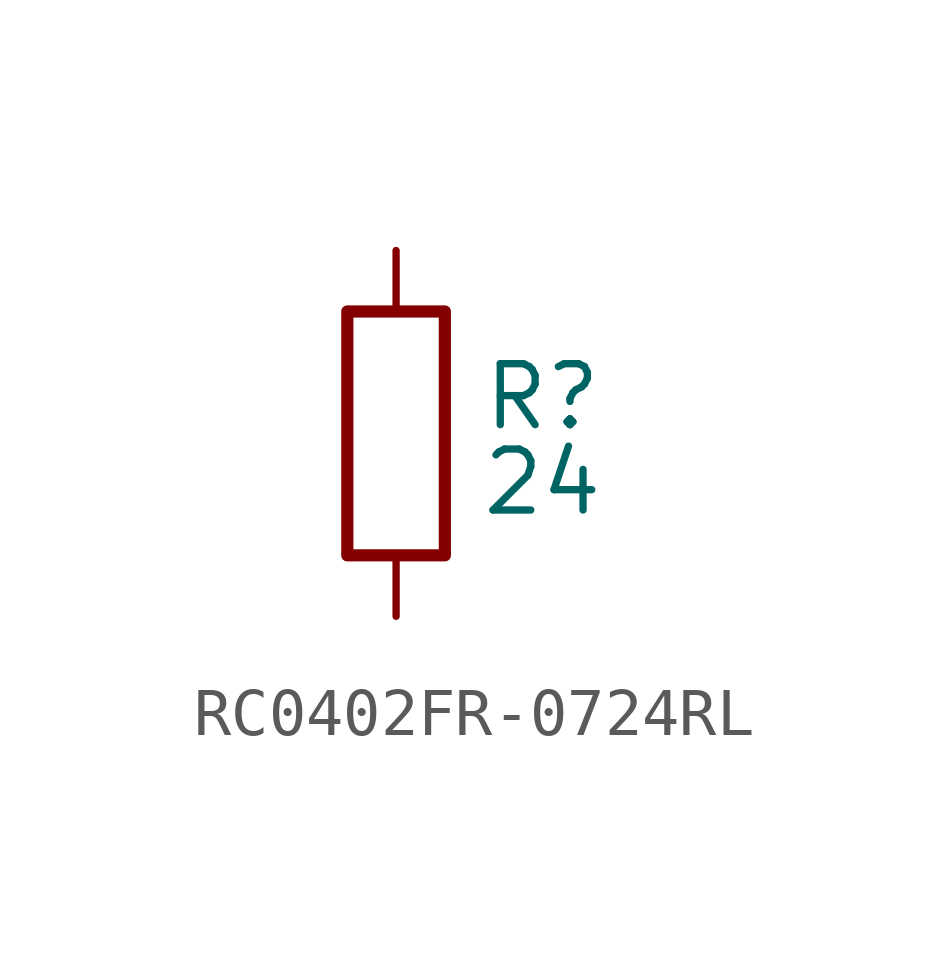
<source format=kicad_sym>
(kicad_symbol_lib
  (version 20241209)
  (generator "kicad_symbol_editor")
  (generator_version "9.0")
  (symbol "RC0402FR-0724RL"
    (property "Reference" "R"
      (at 3.048 0.762 0)
      (effects (font (size 1.27 1.27))))
    (property "Value" "24"
      (at 3.048 -1.016 0)
      (effects (font (size 1.27 1.27))))
    (symbol "RC0402FR-0724RL_0_1"
      (rectangle (start -1.016 -2.54) (end 1.016 2.54) (stroke (width 0.254) (type default)) (fill (type none))))
    (symbol "RC0402FR-0724RL_1_1"
      (pin passive line (at 0 3.81 270) (length 1.27) (name "~" (effects (font (size 1.27 1.27)))) (number "1" (effects (font (size 0 0)))))
      (pin passive line (at 0 -3.81 90) (length 1.27) (name "~" (effects (font (size 1.27 1.27)))) (number "2" (effects (font (size 0 0))))))))
</source>
